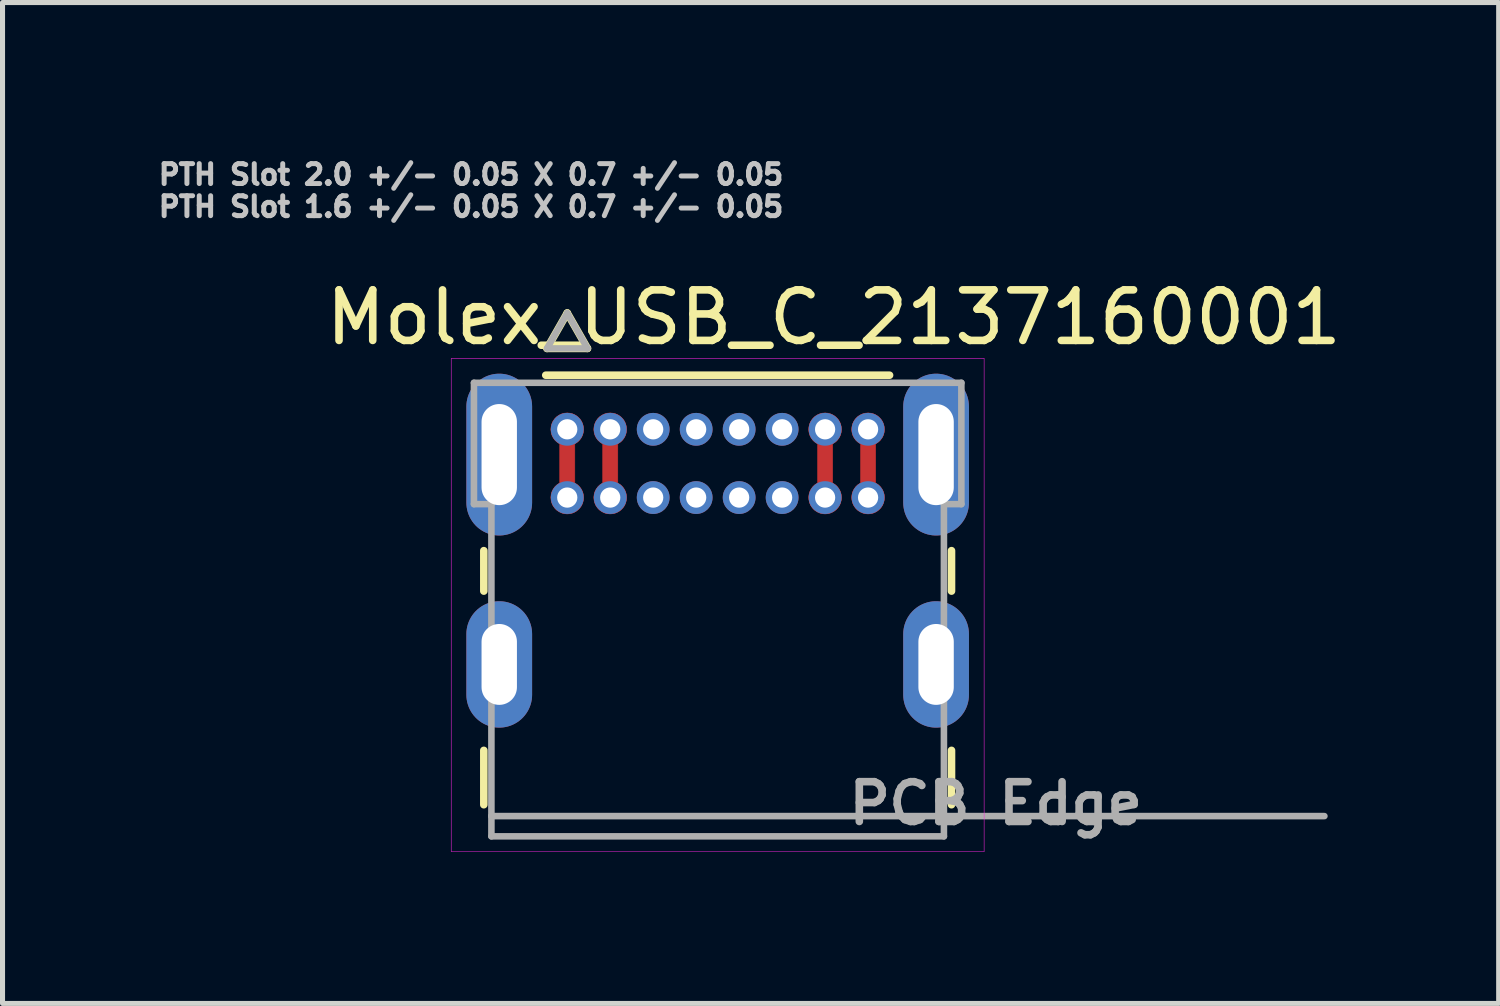
<source format=kicad_pcb>
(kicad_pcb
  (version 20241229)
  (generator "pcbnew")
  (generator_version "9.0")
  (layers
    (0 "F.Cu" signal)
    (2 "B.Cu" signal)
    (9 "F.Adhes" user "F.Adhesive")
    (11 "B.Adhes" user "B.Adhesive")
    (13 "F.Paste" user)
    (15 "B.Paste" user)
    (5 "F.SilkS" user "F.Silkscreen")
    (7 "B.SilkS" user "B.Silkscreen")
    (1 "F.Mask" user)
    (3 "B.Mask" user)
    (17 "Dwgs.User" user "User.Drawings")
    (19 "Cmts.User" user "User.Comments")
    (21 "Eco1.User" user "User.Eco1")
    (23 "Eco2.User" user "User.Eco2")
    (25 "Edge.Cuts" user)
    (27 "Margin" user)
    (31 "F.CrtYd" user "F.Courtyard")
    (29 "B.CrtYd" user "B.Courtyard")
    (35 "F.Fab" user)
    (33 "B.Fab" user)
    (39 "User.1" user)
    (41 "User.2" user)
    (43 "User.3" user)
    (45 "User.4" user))
  (footprint "Molex_USB_C_2137160001"
    (layer "F.Cu")
    (at 11.144 13.091)
    (property "Reference" "Molex_USB_C_2137160001" (at 2.297 -9.863 0) (layer "F.SilkS") (effects (font (size 1 1) (thickness 0.15))))
    (attr through_hole)
    (fp_poly (pts (xy -2.825 -6.587) (xy -2.775 -6.555) (xy -2.733 -6.516) (xy -2.699 -6.47) (xy -2.673 -6.419) (xy -2.657 -6.364) (xy -2.651 -6.307) (xy -2.655 -6.25) (xy -2.669 -6.194) (xy -2.692 -6.142) (xy -2.724 -6.095) (xy -2.764 -6.054) (xy -2.811 -6.021) (xy -2.863 -5.996) (xy -2.918 -5.981) (xy -2.975 -5.976) (xy -3.032 -5.981) (xy -3.087 -5.996) (xy -3.139 -6.021) (xy -3.186 -6.054) (xy -3.226 -6.095) (xy -3.258 -6.142) (xy -3.281 -6.194) (xy -3.295 -6.25) (xy -3.299 -6.307) (xy -3.293 -6.364) (xy -3.277 -6.419) (xy -3.251 -6.47) (xy -3.217 -6.516) (xy -3.175 -6.555) (xy -3.125 -6.587) (xy -3.125 -7.363) (xy -3.175 -7.395) (xy -3.217 -7.434) (xy -3.251 -7.48) (xy -3.277 -7.531) (xy -3.293 -7.586) (xy -3.299 -7.643) (xy -3.295 -7.7) (xy -3.281 -7.756) (xy -3.258 -7.808) (xy -3.226 -7.855) (xy -3.186 -7.896) (xy -3.139 -7.929) (xy -3.087 -7.954) (xy -3.032 -7.969) (xy -2.975 -7.974) (xy -2.918 -7.969) (xy -2.863 -7.954) (xy -2.811 -7.929) (xy -2.764 -7.896) (xy -2.724 -7.855) (xy -2.692 -7.808) (xy -2.669 -7.756) (xy -2.655 -7.7) (xy -2.651 -7.643) (xy -2.657 -7.586) (xy -2.673 -7.531) (xy -2.699 -7.48) (xy -2.733 -7.434) (xy -2.775 -7.395) (xy -2.825 -7.363) (xy -2.825 -6.587) (xy -2.825 -6.587)) (stroke (width 0.01) (type solid)) (fill yes) (layer "F.Cu"))
    (fp_poly (pts (xy -1.975 -6.587) (xy -1.925 -6.555) (xy -1.883 -6.516) (xy -1.849 -6.47) (xy -1.823 -6.419) (xy -1.807 -6.364) (xy -1.801 -6.307) (xy -1.805 -6.25) (xy -1.819 -6.194) (xy -1.842 -6.142) (xy -1.874 -6.095) (xy -1.914 -6.054) (xy -1.961 -6.021) (xy -2.013 -5.996) (xy -2.068 -5.981) (xy -2.125 -5.976) (xy -2.182 -5.981) (xy -2.237 -5.996) (xy -2.289 -6.021) (xy -2.336 -6.054) (xy -2.376 -6.095) (xy -2.408 -6.142) (xy -2.431 -6.194) (xy -2.445 -6.25) (xy -2.449 -6.307) (xy -2.443 -6.364) (xy -2.427 -6.419) (xy -2.401 -6.47) (xy -2.367 -6.516) (xy -2.325 -6.555) (xy -2.275 -6.587) (xy -2.275 -7.363) (xy -2.325 -7.395) (xy -2.367 -7.434) (xy -2.401 -7.48) (xy -2.427 -7.531) (xy -2.443 -7.586) (xy -2.449 -7.643) (xy -2.445 -7.7) (xy -2.431 -7.756) (xy -2.408 -7.808) (xy -2.376 -7.855) (xy -2.336 -7.896) (xy -2.289 -7.929) (xy -2.237 -7.954) (xy -2.182 -7.969) (xy -2.125 -7.974) (xy -2.068 -7.969) (xy -2.013 -7.954) (xy -1.961 -7.929) (xy -1.914 -7.896) (xy -1.874 -7.855) (xy -1.842 -7.808) (xy -1.819 -7.756) (xy -1.805 -7.7) (xy -1.801 -7.643) (xy -1.807 -7.586) (xy -1.823 -7.531) (xy -1.849 -7.48) (xy -1.883 -7.434) (xy -1.925 -7.395) (xy -1.975 -7.363) (xy -1.975 -6.587) (xy -1.975 -6.587)) (stroke (width 0.01) (type solid)) (fill yes) (layer "F.Cu"))
    (fp_poly (pts (xy 1.975 -7.363) (xy 1.975 -6.587) (xy 1.925 -6.555) (xy 1.883 -6.516) (xy 1.849 -6.47) (xy 1.823 -6.419) (xy 1.807 -6.364) (xy 1.801 -6.307) (xy 1.805 -6.25) (xy 1.819 -6.194) (xy 1.842 -6.142) (xy 1.874 -6.095) (xy 1.914 -6.054) (xy 1.961 -6.021) (xy 2.013 -5.996) (xy 2.068 -5.981) (xy 2.125 -5.976) (xy 2.182 -5.981) (xy 2.237 -5.996) (xy 2.289 -6.021) (xy 2.336 -6.054) (xy 2.376 -6.095) (xy 2.408 -6.142) (xy 2.431 -6.194) (xy 2.445 -6.25) (xy 2.449 -6.307) (xy 2.443 -6.364) (xy 2.427 -6.419) (xy 2.401 -6.47) (xy 2.367 -6.516) (xy 2.325 -6.555) (xy 2.275 -6.587) (xy 2.275 -7.363) (xy 2.325 -7.395) (xy 2.367 -7.434) (xy 2.401 -7.48) (xy 2.427 -7.531) (xy 2.443 -7.586) (xy 2.449 -7.643) (xy 2.445 -7.7) (xy 2.431 -7.756) (xy 2.408 -7.808) (xy 2.376 -7.855) (xy 2.336 -7.896) (xy 2.289 -7.929) (xy 2.237 -7.954) (xy 2.182 -7.969) (xy 2.125 -7.974) (xy 2.068 -7.969) (xy 2.013 -7.954) (xy 1.961 -7.929) (xy 1.914 -7.896) (xy 1.874 -7.855) (xy 1.842 -7.808) (xy 1.819 -7.756) (xy 1.805 -7.7) (xy 1.801 -7.643) (xy 1.807 -7.586) (xy 1.823 -7.531) (xy 1.849 -7.48) (xy 1.883 -7.434) (xy 1.925 -7.395) (xy 1.975 -7.363) (xy 1.975 -7.363)) (stroke (width 0.01) (type solid)) (fill yes) (layer "F.Cu"))
    (fp_poly (pts (xy 3.125 -6.587) (xy 3.175 -6.555) (xy 3.217 -6.516) (xy 3.251 -6.47) (xy 3.277 -6.419) (xy 3.293 -6.364) (xy 3.299 -6.307) (xy 3.295 -6.25) (xy 3.281 -6.194) (xy 3.258 -6.142) (xy 3.226 -6.095) (xy 3.186 -6.054) (xy 3.139 -6.021) (xy 3.087 -5.996) (xy 3.032 -5.981) (xy 2.975 -5.976) (xy 2.918 -5.981) (xy 2.863 -5.996) (xy 2.811 -6.021) (xy 2.764 -6.054) (xy 2.724 -6.095) (xy 2.692 -6.142) (xy 2.669 -6.194) (xy 2.655 -6.25) (xy 2.651 -6.307) (xy 2.657 -6.364) (xy 2.673 -6.419) (xy 2.699 -6.47) (xy 2.733 -6.516) (xy 2.775 -6.555) (xy 2.825 -6.587) (xy 2.825 -7.363) (xy 2.775 -7.395) (xy 2.733 -7.434) (xy 2.699 -7.48) (xy 2.673 -7.531) (xy 2.657 -7.586) (xy 2.651 -7.643) (xy 2.655 -7.7) (xy 2.669 -7.756) (xy 2.692 -7.808) (xy 2.724 -7.855) (xy 2.764 -7.896) (xy 2.811 -7.929) (xy 2.863 -7.954) (xy 2.918 -7.969) (xy 2.975 -7.974) (xy 3.032 -7.969) (xy 3.087 -7.954) (xy 3.139 -7.929) (xy 3.186 -7.896) (xy 3.226 -7.855) (xy 3.258 -7.808) (xy 3.281 -7.756) (xy 3.295 -7.7) (xy 3.299 -7.643) (xy 3.293 -7.586) (xy 3.277 -7.531) (xy 3.251 -7.48) (xy 3.217 -7.434) (xy 3.175 -7.395) (xy 3.125 -7.363) (xy 3.125 -6.587) (xy 3.125 -6.587)) (stroke (width 0.01) (type solid)) (fill yes) (layer "F.Cu"))
    (fp_circle (center -1.275 -7.65) (end -1.081 -7.65) (stroke (width 0.388) (type solid)) (fill no) (layer "F.Mask"))
    (fp_circle (center -1.275 -6.3) (end -1.081 -6.3) (stroke (width 0.388) (type solid)) (fill no) (layer "F.Mask"))
    (fp_circle (center -0.425 -7.65) (end -0.231 -7.65) (stroke (width 0.388) (type solid)) (fill no) (layer "F.Mask"))
    (fp_circle (center -0.425 -6.3) (end -0.231 -6.3) (stroke (width 0.388) (type solid)) (fill no) (layer "F.Mask"))
    (fp_circle (center 0.425 -7.65) (end 0.619 -7.65) (stroke (width 0.388) (type solid)) (fill no) (layer "F.Mask"))
    (fp_circle (center 0.425 -6.3) (end 0.619 -6.3) (stroke (width 0.388) (type solid)) (fill no) (layer "F.Mask"))
    (fp_circle (center 1.275 -7.65) (end 1.469 -7.65) (stroke (width 0.388) (type solid)) (fill no) (layer "F.Mask"))
    (fp_circle (center 1.275 -6.3) (end 1.469 -6.3) (stroke (width 0.388) (type solid)) (fill no) (layer "F.Mask"))
    (fp_poly (pts (xy -3.188 -7.327) (xy -3.188 -6.623) (xy -3.238 -6.584) (xy -3.283 -6.535) (xy -3.318 -6.48) (xy -3.344 -6.418) (xy -3.359 -6.354) (xy -3.362 -6.288) (xy -3.355 -6.222) (xy -3.336 -6.159) (xy -3.306 -6.099) (xy -3.267 -6.046) (xy -3.22 -6) (xy -3.165 -5.962) (xy -3.105 -5.935) (xy -3.041 -5.918) (xy -2.975 -5.912) (xy -2.909 -5.918) (xy -2.845 -5.935) (xy -2.785 -5.962) (xy -2.73 -6) (xy -2.683 -6.046) (xy -2.644 -6.099) (xy -2.614 -6.159) (xy -2.595 -6.222) (xy -2.588 -6.288) (xy -2.591 -6.354) (xy -2.606 -6.418) (xy -2.632 -6.48) (xy -2.667 -6.535) (xy -2.712 -6.584) (xy -2.761 -6.623) (xy -2.761 -7.327) (xy -2.712 -7.366) (xy -2.667 -7.415) (xy -2.632 -7.47) (xy -2.606 -7.532) (xy -2.591 -7.596) (xy -2.588 -7.662) (xy -2.595 -7.728) (xy -2.614 -7.791) (xy -2.644 -7.851) (xy -2.683 -7.904) (xy -2.73 -7.95) (xy -2.785 -7.988) (xy -2.845 -8.015) (xy -2.909 -8.032) (xy -2.975 -8.038) (xy -3.041 -8.032) (xy -3.105 -8.015) (xy -3.165 -7.988) (xy -3.22 -7.95) (xy -3.267 -7.904) (xy -3.306 -7.851) (xy -3.336 -7.791) (xy -3.355 -7.728) (xy -3.362 -7.662) (xy -3.359 -7.596) (xy -3.344 -7.532) (xy -3.318 -7.47) (xy -3.283 -7.415) (xy -3.238 -7.366) (xy -3.188 -7.327) (xy -3.188 -7.327)) (stroke (width 0.01) (type solid)) (fill yes) (layer "F.Mask"))
    (fp_poly (pts (xy -1.911 -6.623) (xy -1.862 -6.584) (xy -1.817 -6.535) (xy -1.782 -6.48) (xy -1.756 -6.418) (xy -1.741 -6.354) (xy -1.738 -6.288) (xy -1.745 -6.222) (xy -1.764 -6.159) (xy -1.794 -6.099) (xy -1.833 -6.046) (xy -1.88 -6) (xy -1.935 -5.962) (xy -1.995 -5.935) (xy -2.059 -5.918) (xy -2.125 -5.912) (xy -2.191 -5.918) (xy -2.255 -5.935) (xy -2.315 -5.962) (xy -2.37 -6) (xy -2.417 -6.046) (xy -2.456 -6.099) (xy -2.486 -6.159) (xy -2.505 -6.222) (xy -2.512 -6.288) (xy -2.509 -6.354) (xy -2.494 -6.418) (xy -2.468 -6.48) (xy -2.433 -6.535) (xy -2.388 -6.584) (xy -2.338 -6.623) (xy -2.338 -7.327) (xy -2.388 -7.366) (xy -2.433 -7.415) (xy -2.468 -7.47) (xy -2.494 -7.532) (xy -2.509 -7.596) (xy -2.512 -7.662) (xy -2.505 -7.728) (xy -2.486 -7.791) (xy -2.456 -7.851) (xy -2.417 -7.904) (xy -2.37 -7.95) (xy -2.315 -7.988) (xy -2.255 -8.015) (xy -2.191 -8.032) (xy -2.125 -8.038) (xy -2.059 -8.032) (xy -1.995 -8.015) (xy -1.935 -7.988) (xy -1.88 -7.95) (xy -1.833 -7.904) (xy -1.794 -7.851) (xy -1.764 -7.791) (xy -1.745 -7.728) (xy -1.738 -7.662) (xy -1.741 -7.596) (xy -1.756 -7.532) (xy -1.782 -7.47) (xy -1.817 -7.415) (xy -1.862 -7.366) (xy -1.911 -7.327) (xy -1.911 -6.623) (xy -1.911 -6.623)) (stroke (width 0.01) (type solid)) (fill yes) (layer "F.Mask"))
    (fp_poly (pts (xy 2.338 -6.623) (xy 2.388 -6.584) (xy 2.433 -6.535) (xy 2.468 -6.48) (xy 2.494 -6.418) (xy 2.509 -6.354) (xy 2.512 -6.288) (xy 2.505 -6.222) (xy 2.486 -6.159) (xy 2.456 -6.099) (xy 2.417 -6.046) (xy 2.37 -6) (xy 2.315 -5.962) (xy 2.255 -5.935) (xy 2.191 -5.918) (xy 2.125 -5.912) (xy 2.059 -5.918) (xy 1.995 -5.935) (xy 1.935 -5.962) (xy 1.88 -6) (xy 1.833 -6.046) (xy 1.794 -6.099) (xy 1.764 -6.159) (xy 1.745 -6.222) (xy 1.738 -6.288) (xy 1.741 -6.354) (xy 1.756 -6.418) (xy 1.782 -6.48) (xy 1.817 -6.535) (xy 1.862 -6.584) (xy 1.911 -6.623) (xy 1.911 -7.327) (xy 1.862 -7.366) (xy 1.817 -7.415) (xy 1.782 -7.47) (xy 1.756 -7.532) (xy 1.741 -7.596) (xy 1.738 -7.662) (xy 1.745 -7.728) (xy 1.764 -7.791) (xy 1.794 -7.851) (xy 1.833 -7.904) (xy 1.88 -7.95) (xy 1.935 -7.988) (xy 1.995 -8.015) (xy 2.059 -8.032) (xy 2.125 -8.038) (xy 2.191 -8.032) (xy 2.255 -8.015) (xy 2.315 -7.988) (xy 2.37 -7.95) (xy 2.417 -7.904) (xy 2.456 -7.851) (xy 2.486 -7.791) (xy 2.505 -7.728) (xy 2.512 -7.662) (xy 2.509 -7.596) (xy 2.494 -7.532) (xy 2.468 -7.47) (xy 2.433 -7.415) (xy 2.388 -7.366) (xy 2.338 -7.327) (xy 2.338 -6.623) (xy 2.338 -6.623)) (stroke (width 0.01) (type solid)) (fill yes) (layer "F.Mask"))
    (fp_poly (pts (xy 2.761 -7.327) (xy 2.761 -6.623) (xy 2.712 -6.584) (xy 2.667 -6.535) (xy 2.632 -6.48) (xy 2.606 -6.418) (xy 2.591 -6.354) (xy 2.588 -6.288) (xy 2.595 -6.222) (xy 2.614 -6.159) (xy 2.644 -6.099) (xy 2.683 -6.046) (xy 2.73 -6) (xy 2.785 -5.962) (xy 2.845 -5.935) (xy 2.909 -5.918) (xy 2.975 -5.912) (xy 3.041 -5.918) (xy 3.105 -5.935) (xy 3.165 -5.962) (xy 3.22 -6) (xy 3.267 -6.046) (xy 3.306 -6.099) (xy 3.336 -6.159) (xy 3.355 -6.222) (xy 3.362 -6.288) (xy 3.359 -6.354) (xy 3.344 -6.418) (xy 3.318 -6.48) (xy 3.283 -6.535) (xy 3.238 -6.584) (xy 3.188 -6.623) (xy 3.188 -7.327) (xy 3.238 -7.366) (xy 3.283 -7.415) (xy 3.318 -7.47) (xy 3.344 -7.532) (xy 3.359 -7.596) (xy 3.362 -7.662) (xy 3.355 -7.728) (xy 3.336 -7.791) (xy 3.306 -7.851) (xy 3.267 -7.904) (xy 3.22 -7.95) (xy 3.165 -7.988) (xy 3.105 -8.015) (xy 3.041 -8.032) (xy 2.975 -8.038) (xy 2.909 -8.032) (xy 2.845 -8.015) (xy 2.785 -7.988) (xy 2.73 -7.95) (xy 2.683 -7.904) (xy 2.644 -7.851) (xy 2.614 -7.791) (xy 2.595 -7.728) (xy 2.588 -7.662) (xy 2.591 -7.596) (xy 2.606 -7.532) (xy 2.632 -7.47) (xy 2.667 -7.415) (xy 2.712 -7.366) (xy 2.761 -7.327) (xy 2.761 -7.327)) (stroke (width 0.01) (type solid)) (fill yes) (layer "F.Mask"))
    (fp_circle (center -2.975 -7.65) (end -2.781 -7.65) (stroke (width 0.388) (type solid)) (fill no) (layer "B.Mask"))
    (fp_circle (center -2.975 -6.3) (end -2.781 -6.3) (stroke (width 0.388) (type solid)) (fill no) (layer "B.Mask"))
    (fp_circle (center -2.125 -7.65) (end -1.931 -7.65) (stroke (width 0.388) (type solid)) (fill no) (layer "B.Mask"))
    (fp_circle (center -2.125 -6.3) (end -1.931 -6.3) (stroke (width 0.388) (type solid)) (fill no) (layer "B.Mask"))
    (fp_circle (center -1.275 -7.65) (end -1.081 -7.65) (stroke (width 0.388) (type solid)) (fill no) (layer "B.Mask"))
    (fp_circle (center -1.275 -6.3) (end -1.081 -6.3) (stroke (width 0.388) (type solid)) (fill no) (layer "B.Mask"))
    (fp_circle (center -0.425 -7.65) (end -0.231 -7.65) (stroke (width 0.388) (type solid)) (fill no) (layer "B.Mask"))
    (fp_circle (center -0.425 -6.3) (end -0.231 -6.3) (stroke (width 0.388) (type solid)) (fill no) (layer "B.Mask"))
    (fp_circle (center 0.425 -7.65) (end 0.619 -7.65) (stroke (width 0.388) (type solid)) (fill no) (layer "B.Mask"))
    (fp_circle (center 0.425 -6.3) (end 0.619 -6.3) (stroke (width 0.388) (type solid)) (fill no) (layer "B.Mask"))
    (fp_circle (center 1.275 -7.65) (end 1.469 -7.65) (stroke (width 0.388) (type solid)) (fill no) (layer "B.Mask"))
    (fp_circle (center 1.275 -6.3) (end 1.469 -6.3) (stroke (width 0.388) (type solid)) (fill no) (layer "B.Mask"))
    (fp_circle (center 2.125 -7.65) (end 2.319 -7.65) (stroke (width 0.388) (type solid)) (fill no) (layer "B.Mask"))
    (fp_circle (center 2.125 -6.3) (end 2.319 -6.3) (stroke (width 0.388) (type solid)) (fill no) (layer "B.Mask"))
    (fp_circle (center 2.975 -7.65) (end 3.169 -7.65) (stroke (width 0.388) (type solid)) (fill no) (layer "B.Mask"))
    (fp_circle (center 2.975 -6.3) (end 3.169 -6.3) (stroke (width 0.388) (type solid)) (fill no) (layer "B.Mask"))
    (fp_line (start -4.625 -5.25) (end -4.625 -4.45) (stroke (width 0.15) (type solid)) (layer "F.SilkS"))
    (fp_line (start -4.625 -0.225) (end -4.625 -1.3) (stroke (width 0.15) (type solid)) (layer "F.SilkS"))
    (fp_line (start -3.375 -9.25) (end -2.575 -9.25) (stroke (width 0.15) (type solid)) (layer "F.SilkS"))
    (fp_line (start -2.975 -9.95) (end -3.375 -9.25) (stroke (width 0.15) (type solid)) (layer "F.SilkS"))
    (fp_line (start -2.575 -9.25) (end -2.975 -9.95) (stroke (width 0.15) (type solid)) (layer "F.SilkS"))
    (fp_line (start 3.4 -8.72) (end -3.4 -8.72) (stroke (width 0.15) (type solid)) (layer "F.SilkS"))
    (fp_line (start 4.625 -4.45) (end 4.625 -5.25) (stroke (width 0.15) (type solid)) (layer "F.SilkS"))
    (fp_line (start 4.625 -0.225) (end 4.625 -1.3) (stroke (width 0.15) (type solid)) (layer "F.SilkS"))
    (fp_line (start -5.27 -9.05) (end -5.27 0.7) (stroke (width 0.01) (type solid)) (layer "F.CrtYd"))
    (fp_line (start -5.27 0.7) (end 5.27 0.7) (stroke (width 0.01) (type solid)) (layer "F.CrtYd"))
    (fp_line (start 5.27 -9.05) (end -5.27 -9.05) (stroke (width 0.01) (type solid)) (layer "F.CrtYd"))
    (fp_line (start 5.27 0.7) (end 5.27 -9.05) (stroke (width 0.01) (type solid)) (layer "F.CrtYd"))
    (fp_line (start -4.82 -8.57) (end -4.82 -6.17) (stroke (width 0.13) (type solid)) (layer "F.Fab"))
    (fp_line (start -4.82 -6.17) (end -4.475 -6.17) (stroke (width 0.13) (type solid)) (layer "F.Fab"))
    (fp_line (start -4.475 -6.17) (end -4.475 0) (stroke (width 0.13) (type solid)) (layer "F.Fab"))
    (fp_line (start -4.475 0) (end -4.475 0.4) (stroke (width 0.13) (type solid)) (layer "F.Fab"))
    (fp_line (start -4.475 0) (end 12 0) (stroke (width 0.13) (type solid)) (layer "F.Fab"))
    (fp_line (start -4.475 0.4) (end 4.475 0.4) (stroke (width 0.13) (type solid)) (layer "F.Fab"))
    (fp_line (start -3.375 -9.25) (end -2.575 -9.25) (stroke (width 0.13) (type solid)) (layer "F.Fab"))
    (fp_line (start -2.975 -9.95) (end -3.375 -9.25) (stroke (width 0.13) (type solid)) (layer "F.Fab"))
    (fp_line (start -2.575 -9.25) (end -2.975 -9.95) (stroke (width 0.13) (type solid)) (layer "F.Fab"))
    (fp_line (start 4.475 0.4) (end 4.475 -6.17) (stroke (width 0.13) (type solid)) (layer "F.Fab"))
    (fp_line (start 4.82 -8.57) (end -4.82 -8.57) (stroke (width 0.13) (type solid)) (layer "F.Fab"))
    (fp_line (start 4.82 -8.57) (end 4.82 -6.17) (stroke (width 0.13) (type solid)) (layer "F.Fab"))
    (fp_line (start 4.82 -6.17) (end 4.475 -6.17) (stroke (width 0.13) (type solid)) (layer "F.Fab"))
    (fp_text user "PTH Slot 2.0 +/- 0.05 X 0.7 +/- 0.05" (at -4.878 -12.688 0) (layer "Dwgs.User") (effects (font (size 0.394 0.394) (thickness 0.15))))
    (fp_text user "PTH Slot 1.6 +/- 0.05 X 0.7 +/- 0.05" (at -4.878 -12.053 0) (layer "Dwgs.User") (effects (font (size 0.394 0.394) (thickness 0.15))))
    (fp_text user "PCB Edge" (at 5.5 -0.25 0) (layer "F.Fab") (effects (font (size 0.787 0.787) (thickness 0.15))))
    (pad "A1" thru_hole circle (at -2.975 -7.65) (size 0.648 0.648) (drill 0.4) (layers "*.Cu"))
    (pad "A4" thru_hole circle (at -2.125 -7.65) (size 0.648 0.648) (drill 0.4) (layers "*.Cu"))
    (pad "A5" thru_hole circle (at -1.275 -7.65) (size 0.648 0.648) (drill 0.4) (layers "*.Cu"))
    (pad "A6" thru_hole circle (at -0.425 -7.65) (size 0.648 0.648) (drill 0.4) (layers "*.Cu"))
    (pad "A7" thru_hole circle (at 0.425 -7.65) (size 0.648 0.648) (drill 0.4) (layers "*.Cu"))
    (pad "A8" thru_hole circle (at 1.275 -7.65) (size 0.648 0.648) (drill 0.4) (layers "*.Cu"))
    (pad "A9" thru_hole circle (at 2.125 -7.65) (size 0.648 0.648) (drill 0.4) (layers "*.Cu"))
    (pad "A12" thru_hole circle (at 2.975 -7.65) (size 0.648 0.648) (drill 0.4) (layers "*.Cu"))
    (pad "B1" thru_hole circle (at 2.975 -6.3) (size 0.648 0.648) (drill 0.4) (layers "*.Cu"))
    (pad "B4" thru_hole circle (at 2.125 -6.3) (size 0.648 0.648) (drill 0.4) (layers "*.Cu"))
    (pad "B5" thru_hole circle (at 1.275 -6.3) (size 0.648 0.648) (drill 0.4) (layers "*.Cu"))
    (pad "B6" thru_hole circle (at 0.425 -6.3) (size 0.648 0.648) (drill 0.4) (layers "*.Cu"))
    (pad "B7" thru_hole circle (at -0.425 -6.3) (size 0.648 0.648) (drill 0.4) (layers "*.Cu"))
    (pad "B8" thru_hole circle (at -1.275 -6.3) (size 0.648 0.648) (drill 0.4) (layers "*.Cu"))
    (pad "B9" thru_hole circle (at -2.125 -6.3) (size 0.648 0.648) (drill 0.4) (layers "*.Cu"))
    (pad "B12" thru_hole circle (at -2.975 -6.3) (size 0.648 0.648) (drill 0.4) (layers "*.Cu"))
    (pad "SH1" thru_hole oval (at -4.32 -3) (size 1.3 2.5) (drill oval 0.7 1.6) (layers "*.Cu" "*.Mask"))
    (pad "SH2" thru_hole oval (at 4.32 -3) (size 1.3 2.5) (drill oval 0.7 1.6) (layers "*.Cu" "*.Mask"))
    (pad "SH3" thru_hole oval (at -4.32 -7.15) (size 1.3 3.2) (drill oval 0.7 2) (layers "*.Cu" "*.Mask"))
    (pad "SH4" thru_hole oval (at 4.32 -7.15) (size 1.3 3.2) (drill oval 0.7 2) (layers "*.Cu" "*.Mask")))
  (gr_rect
    (start -3 -3)
    (end 26.591 16.796)
    (stroke (width 0.1) (type default))
    (fill no)
    (layer "Edge.Cuts")))
</source>
